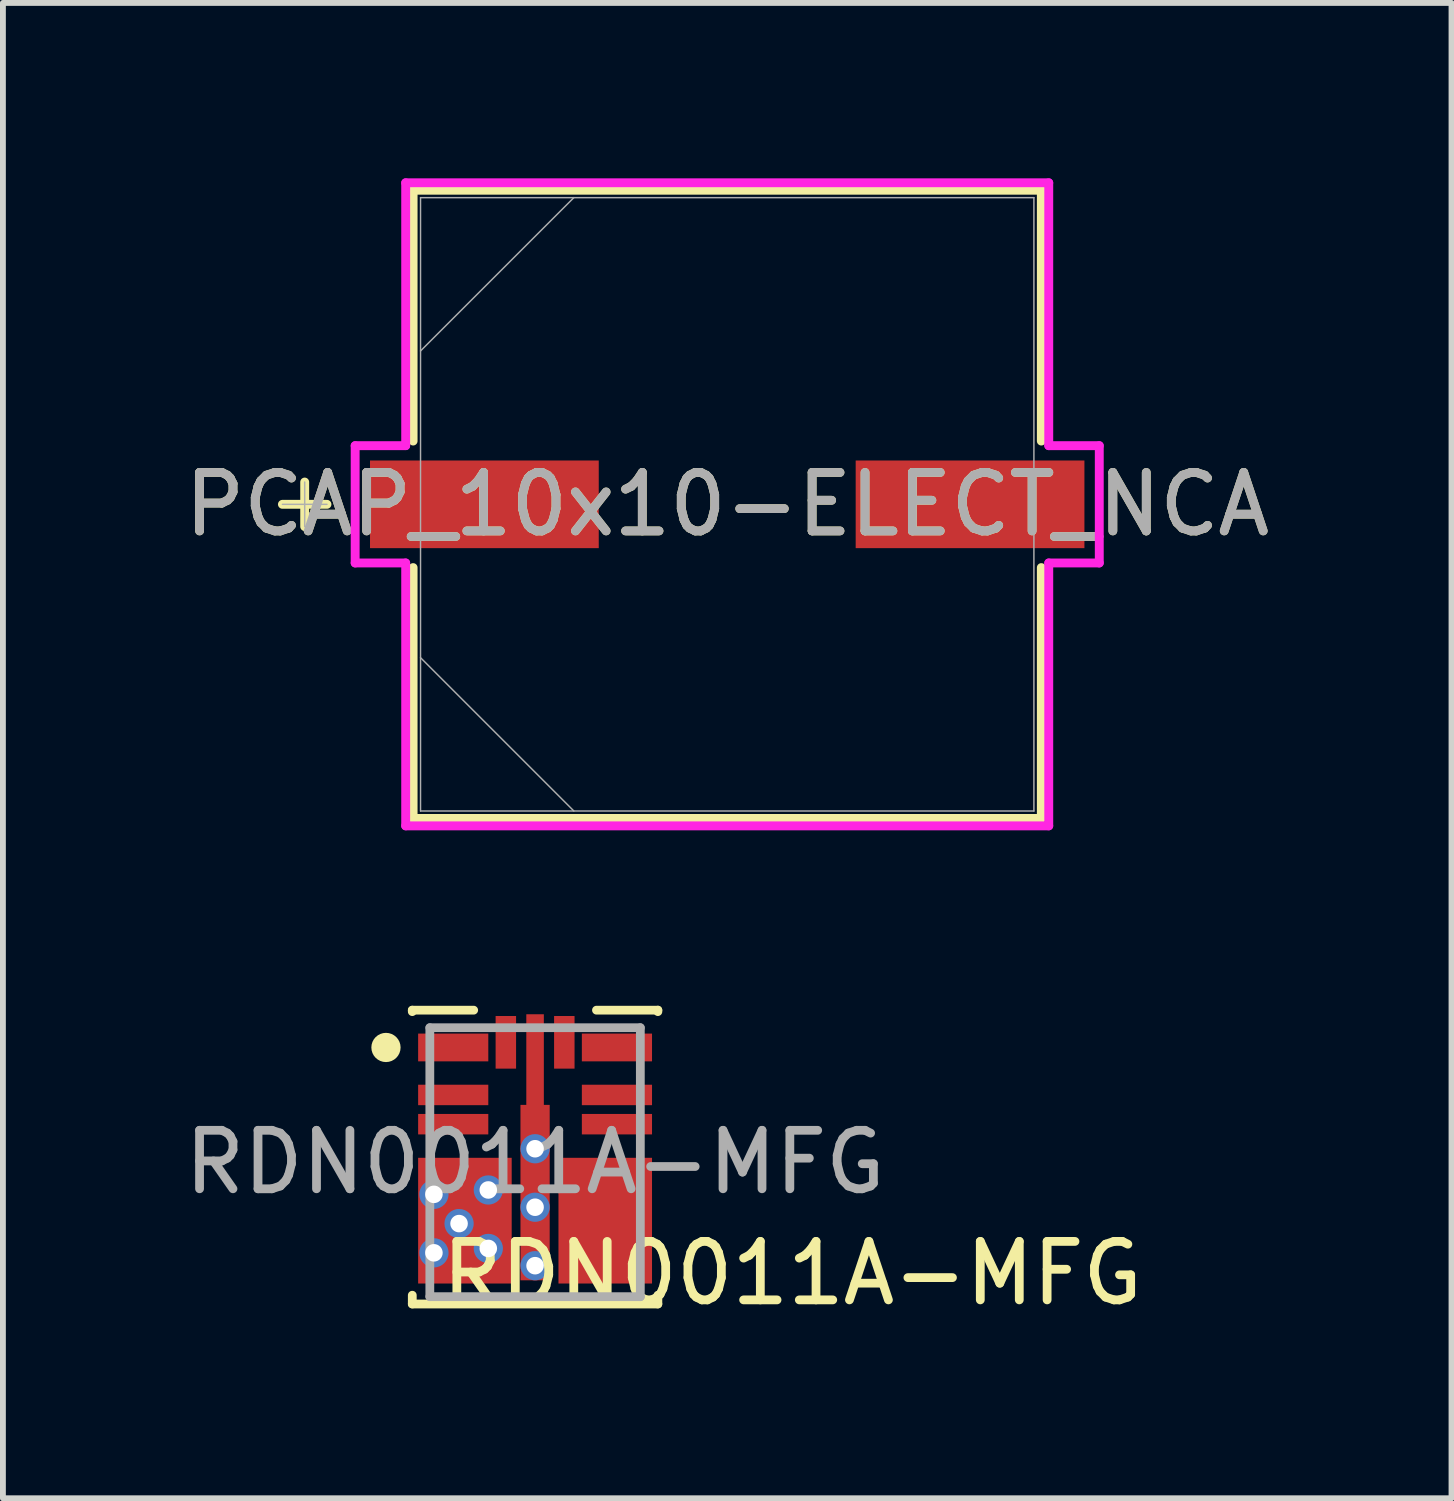
<source format=kicad_pcb>
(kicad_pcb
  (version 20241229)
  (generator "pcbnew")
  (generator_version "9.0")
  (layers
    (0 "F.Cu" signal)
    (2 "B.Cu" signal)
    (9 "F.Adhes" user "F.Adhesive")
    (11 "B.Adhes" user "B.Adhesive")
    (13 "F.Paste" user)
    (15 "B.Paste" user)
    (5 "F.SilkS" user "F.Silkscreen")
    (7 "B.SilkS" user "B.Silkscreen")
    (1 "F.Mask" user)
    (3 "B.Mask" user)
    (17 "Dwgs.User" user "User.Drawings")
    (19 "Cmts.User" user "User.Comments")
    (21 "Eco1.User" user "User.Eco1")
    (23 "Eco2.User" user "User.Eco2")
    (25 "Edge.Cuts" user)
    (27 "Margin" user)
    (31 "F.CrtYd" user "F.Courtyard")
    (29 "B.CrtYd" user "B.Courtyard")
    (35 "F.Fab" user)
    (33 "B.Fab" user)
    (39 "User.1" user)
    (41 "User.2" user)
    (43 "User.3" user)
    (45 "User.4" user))
  (footprint "PCAP_10x10-ELECT_NCA"
    (layer "F.Cu")
    (at 9.387 5.575)
    (property "Reference" "PCAP_10x10-ELECT_NCA" (at 0 0 0) (unlocked yes) (layer "F.SilkS") (effects (font (size 1 1) (thickness 0.15))))
    (attr smd)
    (fp_line (start -7.226 -0.381) (end -7.226 0.381) (stroke (width 0.152) (type solid)) (layer "F.SilkS"))
    (fp_line (start -6.845 0) (end -7.607 0) (stroke (width 0.152) (type solid)) (layer "F.SilkS"))
    (fp_line (start -5.372 -5.372) (end -5.372 -1.082) (stroke (width 0.152) (type solid)) (layer "F.SilkS"))
    (fp_line (start -5.372 1.082) (end -5.372 5.372) (stroke (width 0.152) (type solid)) (layer "F.SilkS"))
    (fp_line (start -5.372 5.372) (end 5.372 5.372) (stroke (width 0.152) (type solid)) (layer "F.SilkS"))
    (fp_line (start 5.372 -5.372) (end -5.372 -5.372) (stroke (width 0.152) (type solid)) (layer "F.SilkS"))
    (fp_line (start 5.372 -1.082) (end 5.372 -5.372) (stroke (width 0.152) (type solid)) (layer "F.SilkS"))
    (fp_line (start 5.372 5.372) (end 5.372 1.082) (stroke (width 0.152) (type solid)) (layer "F.SilkS"))
    (fp_line (start -6.363 -1.003) (end -5.499 -1.003) (stroke (width 0.152) (type solid)) (layer "F.CrtYd"))
    (fp_line (start -6.363 1.003) (end -6.363 -1.003) (stroke (width 0.152) (type solid)) (layer "F.CrtYd"))
    (fp_line (start -5.499 -5.499) (end 5.499 -5.499) (stroke (width 0.152) (type solid)) (layer "F.CrtYd"))
    (fp_line (start -5.499 -1.003) (end -5.499 -5.499) (stroke (width 0.152) (type solid)) (layer "F.CrtYd"))
    (fp_line (start -5.499 1.003) (end -6.363 1.003) (stroke (width 0.152) (type solid)) (layer "F.CrtYd"))
    (fp_line (start -5.499 5.499) (end -5.499 1.003) (stroke (width 0.152) (type solid)) (layer "F.CrtYd"))
    (fp_line (start 5.499 -5.499) (end 5.499 -1.003) (stroke (width 0.152) (type solid)) (layer "F.CrtYd"))
    (fp_line (start 5.499 -1.003) (end 6.363 -1.003) (stroke (width 0.152) (type solid)) (layer "F.CrtYd"))
    (fp_line (start 5.499 1.003) (end 5.499 5.499) (stroke (width 0.152) (type solid)) (layer "F.CrtYd"))
    (fp_line (start 5.499 5.499) (end -5.499 5.499) (stroke (width 0.152) (type solid)) (layer "F.CrtYd"))
    (fp_line (start 6.363 -1.003) (end 6.363 1.003) (stroke (width 0.152) (type solid)) (layer "F.CrtYd"))
    (fp_line (start 6.363 1.003) (end 5.499 1.003) (stroke (width 0.152) (type solid)) (layer "F.CrtYd"))
    (fp_line (start -7.226 -0.381) (end -7.226 0.381) (stroke (width 0.025) (type solid)) (layer "F.Fab"))
    (fp_line (start -6.845 0) (end -7.607 0) (stroke (width 0.025) (type solid)) (layer "F.Fab"))
    (fp_line (start -5.245 -5.245) (end -5.245 5.245) (stroke (width 0.025) (type solid)) (layer "F.Fab"))
    (fp_line (start -5.245 -2.623) (end -2.623 -5.245) (stroke (width 0.025) (type solid)) (layer "F.Fab"))
    (fp_line (start -5.245 2.623) (end -2.623 5.245) (stroke (width 0.025) (type solid)) (layer "F.Fab"))
    (fp_line (start -5.245 5.245) (end 5.245 5.245) (stroke (width 0.025) (type solid)) (layer "F.Fab"))
    (fp_line (start 5.245 -5.245) (end -5.245 -5.245) (stroke (width 0.025) (type solid)) (layer "F.Fab"))
    (fp_line (start 5.245 5.245) (end 5.245 -5.245) (stroke (width 0.025) (type solid)) (layer "F.Fab"))
    (fp_text user "${REFERENCE}" (at 0 0 0) (unlocked yes) (layer "F.Fab") (effects (font (size 1 1) (thickness 0.15))))
    (pad "1" smd rect (at -4.153 0) (size 3.912 1.499) (layers "F.Cu" "F.Mask" "F.Paste"))
    (pad "2" smd rect (at 4.153 0) (size 3.912 1.499) (layers "F.Cu" "F.Mask" "F.Paste")))
  (footprint "RDN0011A-MFG"
    (layer "F.Cu")
    (at 6.101 16.826)
    (property "Reference" "RDN0011A-MFG" (at 4.4 1.9 0) (unlocked yes) (layer "F.SilkS") (effects (font (size 1 1) (thickness 0.15))))
    (attr through_hole)
    (fp_poly (pts (xy -1.95 -2.099) (xy -1.9 -2.15) (xy -0.9 -2.15) (xy -0.85 -2.099) (xy -0.85 -1.825) (xy -0.9 -1.774) (xy -1.9 -1.774) (xy -1.95 -1.825)) (stroke (width 0) (type solid)) (fill yes) (layer "F.Mask"))
    (fp_poly (pts (xy -1.9 -1.025) (xy -1.95 -1.075) (xy -1.95 -1.225) (xy -1.9 -1.275) (xy -0.9 -1.275) (xy -0.85 -1.225) (xy -0.85 -1.075) (xy -0.9 -1.025)) (stroke (width 0) (type solid)) (fill yes) (layer "F.Mask"))
    (fp_poly (pts (xy -0.9 -0.775) (xy -0.85 -0.725) (xy -0.85 -0.575) (xy -0.9 -0.525) (xy -1.9 -0.525) (xy -1.95 -0.575) (xy -1.95 -0.725) (xy -1.9 -0.775)) (stroke (width 0) (type solid)) (fill yes) (layer "F.Mask"))
    (fp_poly (pts (xy -0.425 -1.65) (xy -0.575 -1.65) (xy -0.625 -1.7) (xy -0.625 -2.4) (xy -0.575 -2.45) (xy -0.425 -2.45) (xy -0.375 -2.4) (xy -0.375 -1.7)) (stroke (width 0) (type solid)) (fill yes) (layer "F.Mask"))
    (fp_poly (pts (xy -0.15 -2.4) (xy -0.1 -2.45) (xy 0.1 -2.45) (xy 0.15 -2.4) (xy 0.15 -0.974) (xy 0.1 -0.924) (xy -0.1 -0.924) (xy -0.15 -0.974)) (stroke (width 0) (type solid)) (fill yes) (layer "F.Mask"))
    (fp_poly (pts (xy 0.575 -1.65) (xy 0.425 -1.65) (xy 0.375 -1.7) (xy 0.375 -2.4) (xy 0.425 -2.45) (xy 0.575 -2.45) (xy 0.625 -2.4) (xy 0.625 -1.7)) (stroke (width 0) (type solid)) (fill yes) (layer "F.Mask"))
    (fp_poly (pts (xy 0.85 -1.075) (xy 0.85 -1.225) (xy 0.9 -1.275) (xy 1.9 -1.275) (xy 1.95 -1.225) (xy 1.95 -1.075) (xy 1.9 -1.025) (xy 0.9 -1.025)) (stroke (width 0) (type solid)) (fill yes) (layer "F.Mask"))
    (fp_poly (pts (xy 0.85 -0.725) (xy 0.9 -0.775) (xy 1.9 -0.775) (xy 1.95 -0.725) (xy 1.95 -0.575) (xy 1.9 -0.525) (xy 0.9 -0.525) (xy 0.85 -0.575)) (stroke (width 0) (type solid)) (fill yes) (layer "F.Mask"))
    (fp_poly (pts (xy 1.95 -2.099) (xy 1.95 -1.825) (xy 1.9 -1.774) (xy 0.9 -1.774) (xy 0.85 -1.825) (xy 0.85 -2.099) (xy 0.9 -2.15) (xy 1.9 -2.15)) (stroke (width 0) (type solid)) (fill yes) (layer "F.Mask"))
    (fp_poly (pts (xy -0.5 2.025) (xy -0.45 1.975) (xy -0.45 0.025) (xy -0.5 -0.025) (xy -1.525 -0.025) (xy -1.575 0.025) (xy -1.575 0.125) (xy -1.625 0.175) (xy -1.9 0.175) (xy -1.95 0.225) (xy -1.95 0.375) (xy -1.9 0.425) (xy -1.625 0.425) (xy -1.575 0.475) (xy -1.575 0.625) (xy -1.625 0.675) (xy -1.9 0.675) (xy -1.95 0.725) (xy -1.95 0.875) (xy -1.9 0.925) (xy -1.625 0.925) (xy -1.575 0.975) (xy -1.575 1.125) (xy -1.625 1.175) (xy -1.9 1.175) (xy -1.95 1.225) (xy -1.95 1.375) (xy -1.9 1.425) (xy -1.625 1.425) (xy -1.575 1.475) (xy -1.575 1.625) (xy -1.625 1.675) (xy -1.9 1.675) (xy -1.95 1.725) (xy -1.95 1.875) (xy -1.9 1.925) (xy -1.625 1.925) (xy -1.575 1.975) (xy -1.575 1.975) (xy -1.525 2.025)) (stroke (width 0) (type solid)) (fill yes) (layer "F.Mask"))
    (fp_poly (pts (xy 0.5 2.025) (xy 0.45 1.975) (xy 0.45 0.025) (xy 0.5 -0.025) (xy 1.525 -0.025) (xy 1.575 0.025) (xy 1.575 0.125) (xy 1.625 0.175) (xy 1.9 0.175) (xy 1.95 0.225) (xy 1.95 0.375) (xy 1.9 0.425) (xy 1.625 0.425) (xy 1.575 0.475) (xy 1.575 0.625) (xy 1.625 0.675) (xy 1.9 0.675) (xy 1.95 0.725) (xy 1.95 0.875) (xy 1.9 0.925) (xy 1.625 0.925) (xy 1.575 0.975) (xy 1.575 1.125) (xy 1.625 1.175) (xy 1.9 1.175) (xy 1.95 1.225) (xy 1.95 1.375) (xy 1.9 1.425) (xy 1.625 1.425) (xy 1.575 1.475) (xy 1.575 1.625) (xy 1.625 1.675) (xy 1.9 1.675) (xy 1.95 1.725) (xy 1.95 1.875) (xy 1.9 1.925) (xy 1.625 1.925) (xy 1.575 1.975) (xy 1.575 1.975) (xy 1.525 2.025)) (stroke (width 0) (type solid)) (fill yes) (layer "F.Mask"))
    (fp_line (start -2.1 -2.6) (end -1.05 -2.6) (stroke (width 0.15) (type solid)) (layer "F.SilkS"))
    (fp_line (start -2.1 -2.575) (end -2.1 -2.6) (stroke (width 0.15) (type solid)) (layer "F.SilkS"))
    (fp_line (start -2.1 2.425) (end -2.1 2.275) (stroke (width 0.15) (type solid)) (layer "F.SilkS"))
    (fp_line (start -2.1 2.425) (end 2.1 2.425) (stroke (width 0.15) (type solid)) (layer "F.SilkS"))
    (fp_line (start 1.05 -2.6) (end 2.1 -2.6) (stroke (width 0.15) (type solid)) (layer "F.SilkS"))
    (fp_line (start 2.1 -2.575) (end 2.1 -2.6) (stroke (width 0.15) (type solid)) (layer "F.SilkS"))
    (fp_line (start 2.1 2.425) (end 2.1 2.275) (stroke (width 0.15) (type solid)) (layer "F.SilkS"))
    (fp_circle (center -2.55 -1.962) (end -2.425 -1.962) (stroke (width 0.25) (type solid)) (fill no) (layer "F.SilkS"))
    (fp_poly (pts (xy -1.95 -2.099) (xy -1.9 -2.15) (xy -0.9 -2.15) (xy -0.85 -2.099) (xy -0.85 -1.825) (xy -0.9 -1.774) (xy -1.9 -1.774) (xy -1.95 -1.825)) (stroke (width 0) (type solid)) (fill yes) (layer "F.Paste"))
    (fp_poly (pts (xy -1.9 -1.025) (xy -1.95 -1.075) (xy -1.95 -1.225) (xy -1.9 -1.275) (xy -0.9 -1.275) (xy -0.85 -1.225) (xy -0.85 -1.075) (xy -0.9 -1.025)) (stroke (width 0) (type solid)) (fill yes) (layer "F.Paste"))
    (fp_poly (pts (xy -1.575 0.225) (xy -1.575 0.375) (xy -1.625 0.425) (xy -1.9 0.425) (xy -1.95 0.375) (xy -1.95 0.225) (xy -1.9 0.175) (xy -1.625 0.175)) (stroke (width 0) (type solid)) (fill yes) (layer "F.Paste"))
    (fp_poly (pts (xy -1.575 0.725) (xy -1.575 0.875) (xy -1.625 0.925) (xy -1.9 0.925) (xy -1.95 0.875) (xy -1.95 0.725) (xy -1.9 0.675) (xy -1.625 0.675)) (stroke (width 0) (type solid)) (fill yes) (layer "F.Paste"))
    (fp_poly (pts (xy -1.575 1.225) (xy -1.575 1.375) (xy -1.625 1.425) (xy -1.9 1.425) (xy -1.95 1.375) (xy -1.95 1.225) (xy -1.9 1.175) (xy -1.625 1.175)) (stroke (width 0) (type solid)) (fill yes) (layer "F.Paste"))
    (fp_poly (pts (xy -1.575 1.725) (xy -1.575 1.875) (xy -1.625 1.925) (xy -1.9 1.925) (xy -1.95 1.875) (xy -1.95 1.725) (xy -1.9 1.675) (xy -1.625 1.675)) (stroke (width 0) (type solid)) (fill yes) (layer "F.Paste"))
    (fp_poly (pts (xy -1.38 0.443) (xy -1.38 0.028) (xy -1.33 -0.022) (xy -0.5 -0.022) (xy -0.45 0.028) (xy -0.45 0.443) (xy -0.5 0.493) (xy -1.33 0.493)) (stroke (width 0) (type solid)) (fill yes) (layer "F.Paste"))
    (fp_poly (pts (xy -1.33 1.31) (xy -1.38 1.26) (xy -1.38 0.74) (xy -1.33 0.69) (xy -0.5 0.69) (xy -0.45 0.74) (xy -0.45 1.26) (xy -0.5 1.31)) (stroke (width 0) (type solid)) (fill yes) (layer "F.Paste"))
    (fp_poly (pts (xy -1.33 1.512) (xy -0.5 1.512) (xy -0.45 1.562) (xy -0.45 1.977) (xy -0.5 2.027) (xy -1.33 2.027) (xy -1.38 1.977) (xy -1.38 1.562)) (stroke (width 0) (type solid)) (fill yes) (layer "F.Paste"))
    (fp_poly (pts (xy -0.9 -0.775) (xy -0.85 -0.725) (xy -0.85 -0.575) (xy -0.9 -0.525) (xy -1.9 -0.525) (xy -1.95 -0.575) (xy -1.95 -0.725) (xy -1.9 -0.775)) (stroke (width 0) (type solid)) (fill yes) (layer "F.Paste"))
    (fp_poly (pts (xy -0.425 -1.65) (xy -0.575 -1.65) (xy -0.625 -1.7) (xy -0.625 -2.4) (xy -0.575 -2.45) (xy -0.425 -2.45) (xy -0.375 -2.4) (xy -0.375 -1.7)) (stroke (width 0) (type solid)) (fill yes) (layer "F.Paste"))
    (fp_poly (pts (xy -0.15 -2.4) (xy -0.1 -2.45) (xy 0.1 -2.45) (xy 0.15 -2.4) (xy 0.15 -0.974) (xy 0.1 -0.924) (xy -0.1 -0.924) (xy -0.15 -0.974)) (stroke (width 0) (type solid)) (fill yes) (layer "F.Paste"))
    (fp_poly (pts (xy 0.45 1.26) (xy 0.45 0.74) (xy 0.5 0.69) (xy 1.33 0.69) (xy 1.38 0.74) (xy 1.38 1.26) (xy 1.33 1.31) (xy 0.5 1.31)) (stroke (width 0) (type solid)) (fill yes) (layer "F.Paste"))
    (fp_poly (pts (xy 0.575 -1.65) (xy 0.425 -1.65) (xy 0.375 -1.7) (xy 0.375 -2.4) (xy 0.425 -2.45) (xy 0.575 -2.45) (xy 0.625 -2.4) (xy 0.625 -1.7)) (stroke (width 0) (type solid)) (fill yes) (layer "F.Paste"))
    (fp_poly (pts (xy 0.85 -1.075) (xy 0.85 -1.225) (xy 0.9 -1.275) (xy 1.9 -1.275) (xy 1.95 -1.225) (xy 1.95 -1.075) (xy 1.9 -1.025) (xy 0.9 -1.025)) (stroke (width 0) (type solid)) (fill yes) (layer "F.Paste"))
    (fp_poly (pts (xy 0.85 -0.725) (xy 0.9 -0.775) (xy 1.9 -0.775) (xy 1.95 -0.725) (xy 1.95 -0.575) (xy 1.9 -0.525) (xy 0.9 -0.525) (xy 0.85 -0.575)) (stroke (width 0) (type solid)) (fill yes) (layer "F.Paste"))
    (fp_poly (pts (xy 1.33 0.493) (xy 0.5 0.493) (xy 0.45 0.443) (xy 0.45 0.028) (xy 0.5 -0.022) (xy 1.33 -0.022) (xy 1.38 0.028) (xy 1.38 0.443)) (stroke (width 0) (type solid)) (fill yes) (layer "F.Paste"))
    (fp_poly (pts (xy 1.38 1.562) (xy 1.38 1.977) (xy 1.33 2.027) (xy 0.5 2.027) (xy 0.45 1.977) (xy 0.45 1.562) (xy 0.5 1.512) (xy 1.33 1.512)) (stroke (width 0) (type solid)) (fill yes) (layer "F.Paste"))
    (fp_poly (pts (xy 1.95 0.225) (xy 1.95 0.375) (xy 1.9 0.425) (xy 1.625 0.425) (xy 1.575 0.375) (xy 1.575 0.225) (xy 1.625 0.175) (xy 1.9 0.175)) (stroke (width 0) (type solid)) (fill yes) (layer "F.Paste"))
    (fp_poly (pts (xy 1.95 0.725) (xy 1.95 0.875) (xy 1.9 0.925) (xy 1.625 0.925) (xy 1.575 0.875) (xy 1.575 0.725) (xy 1.625 0.675) (xy 1.9 0.675)) (stroke (width 0) (type solid)) (fill yes) (layer "F.Paste"))
    (fp_poly (pts (xy 1.95 1.225) (xy 1.95 1.375) (xy 1.9 1.425) (xy 1.625 1.425) (xy 1.575 1.375) (xy 1.575 1.225) (xy 1.625 1.175) (xy 1.9 1.175)) (stroke (width 0) (type solid)) (fill yes) (layer "F.Paste"))
    (fp_poly (pts (xy 1.95 1.725) (xy 1.95 1.875) (xy 1.9 1.925) (xy 1.625 1.925) (xy 1.575 1.875) (xy 1.575 1.725) (xy 1.625 1.675) (xy 1.9 1.675)) (stroke (width 0) (type solid)) (fill yes) (layer "F.Paste"))
    (fp_poly (pts (xy 1.95 -2.099) (xy 1.95 -1.825) (xy 1.9 -1.774) (xy 0.9 -1.774) (xy 0.85 -1.825) (xy 0.85 -2.099) (xy 0.9 -2.15) (xy 1.9 -2.15)) (stroke (width 0) (type solid)) (fill yes) (layer "F.Paste"))
    (fp_line (start -1.8 -2.3) (end 1.8 -2.3) (stroke (width 0.15) (type solid)) (layer "F.Fab"))
    (fp_line (start -1.8 2.3) (end -1.8 -2.3) (stroke (width 0.15) (type solid)) (layer "F.Fab"))
    (fp_line (start -1.8 2.3) (end 1.8 2.3) (stroke (width 0.15) (type solid)) (layer "F.Fab"))
    (fp_line (start 1.8 2.3) (end 1.8 -2.3) (stroke (width 0.15) (type solid)) (layer "F.Fab"))
    (fp_text user "${REFERENCE}" (at 0 0 0) (unlocked yes) (layer "F.Fab") (effects (font (size 1 1) (thickness 0.15))))
    (pad "1" smd rect (at -1.4 -1.962) (size 1.2 0.475) (layers "F.Cu"))
    (pad "2" smd rect (at -1.4 -1.15) (size 1.2 0.35) (layers "F.Cu"))
    (pad "3" smd rect (at -1.4 -0.65) (size 1.2 0.35) (layers "F.Cu"))
    (pad "4" thru_hole circle (at -1.73 0.55) (size 0.5 0.5) (drill 0.3) (layers "*.Cu" "*.Mask"))
    (pad "4" thru_hole circle (at -1.73 1.55) (size 0.5 0.5) (drill 0.3) (layers "*.Cu" "*.Mask"))
    (pad "4" thru_hole circle (at -1.3 1.05) (size 0.5 0.5) (drill 0.3) (layers "*.Cu" "*.Mask"))
    (pad "4" smd rect (at -1.2 1) (size 1.6 2.15) (layers "F.Cu"))
    (pad "4" thru_hole circle (at -0.8 0.475) (size 0.5 0.5) (drill 0.3) (layers "*.Cu" "*.Mask"))
    (pad "4" thru_hole circle (at -0.8 1.475) (size 0.5 0.5) (drill 0.3) (layers "*.Cu" "*.Mask"))
    (pad "5" smd rect (at 1.2 1) (size 1.6 2.15) (layers "F.Cu"))
    (pad "6" smd rect (at 1.4 -0.65) (size 1.2 0.35) (layers "F.Cu"))
    (pad "7" smd rect (at 1.4 -1.15) (size 1.2 0.35) (layers "F.Cu"))
    (pad "8" smd rect (at 1.4 -1.962) (size 1.2 0.475) (layers "F.Cu"))
    (pad "9" smd rect (at 0.5 -2.05) (size 0.35 0.9) (layers "F.Cu"))
    (pad "10" smd rect (at 0 -1.03) (size 0.3 3) (layers "F.Cu"))
    (pad "10" thru_hole circle (at 0 -0.23) (size 0.5 0.5) (drill 0.3) (layers "*.Cu" "*.Mask"))
    (pad "10" smd rect (at 0 0.52) (size 0.5 3) (layers "F.Cu"))
    (pad "10" thru_hole circle (at 0 0.77) (size 0.5 0.5) (drill 0.3) (layers "*.Cu" "*.Mask"))
    (pad "10" thru_hole circle (at 0 1.77) (size 0.5 0.5) (drill 0.3) (layers "*.Cu" "*.Mask"))
    (pad "11" smd rect (at -0.5 -2.05) (size 0.35 0.9) (layers "F.Cu")))
  (gr_rect
    (start -3 -3)
    (end 21.774 22.574)
    (stroke (width 0.1) (type default))
    (fill no)
    (layer "Edge.Cuts")))
</source>
